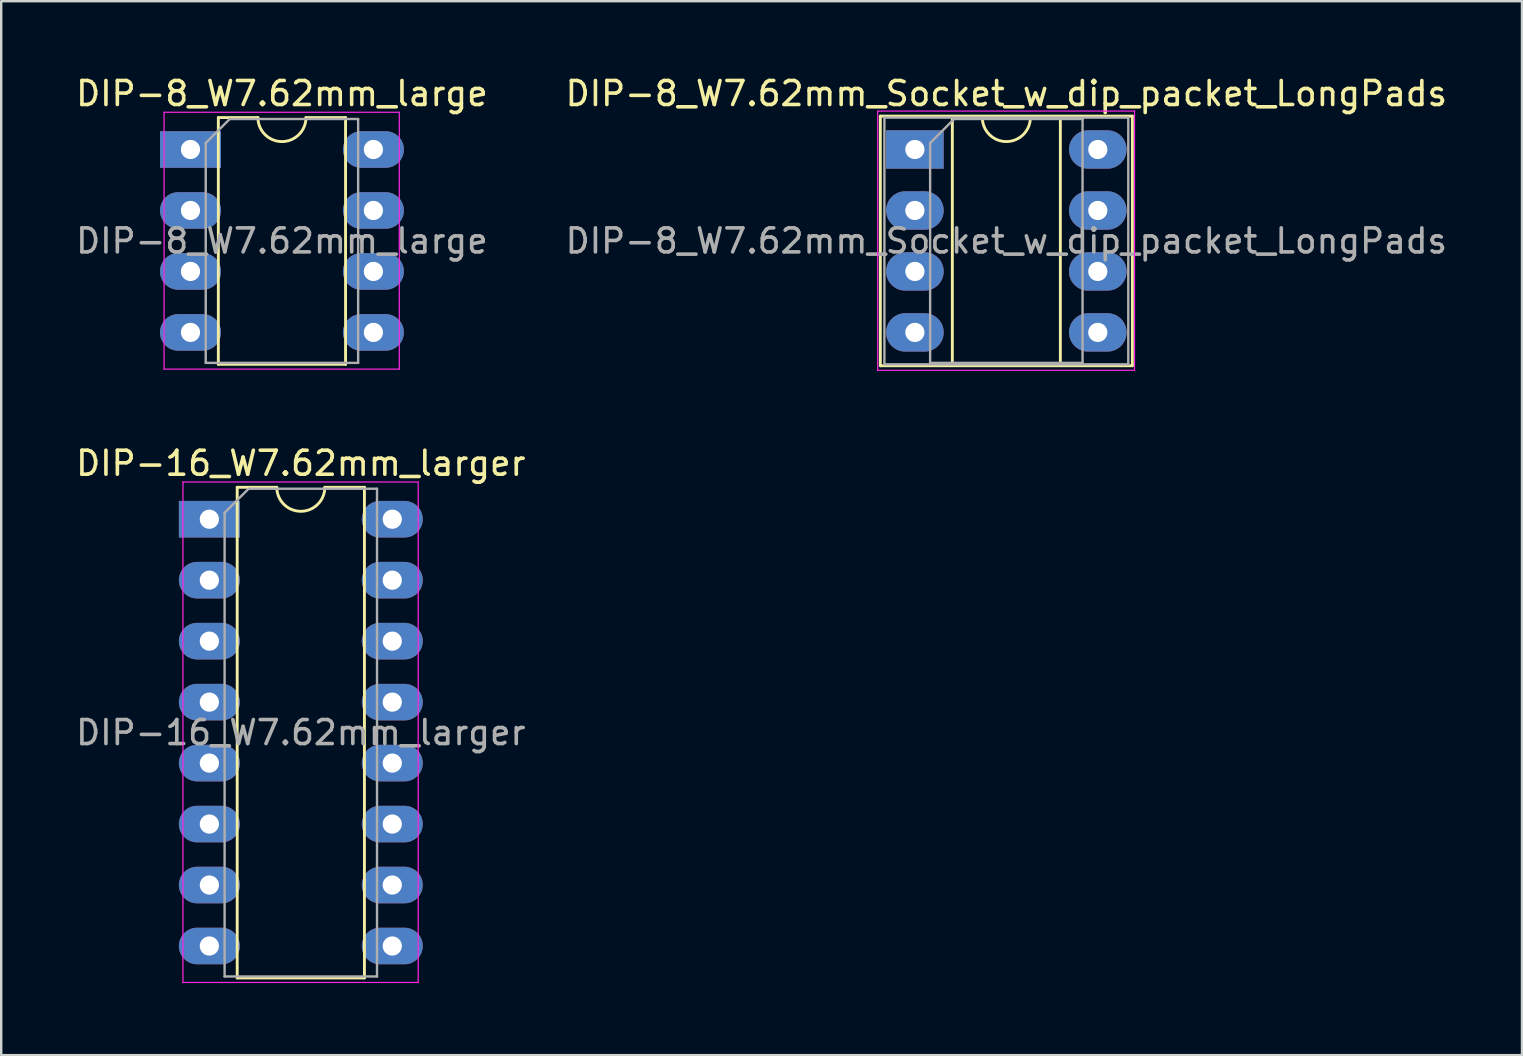
<source format=kicad_pcb>
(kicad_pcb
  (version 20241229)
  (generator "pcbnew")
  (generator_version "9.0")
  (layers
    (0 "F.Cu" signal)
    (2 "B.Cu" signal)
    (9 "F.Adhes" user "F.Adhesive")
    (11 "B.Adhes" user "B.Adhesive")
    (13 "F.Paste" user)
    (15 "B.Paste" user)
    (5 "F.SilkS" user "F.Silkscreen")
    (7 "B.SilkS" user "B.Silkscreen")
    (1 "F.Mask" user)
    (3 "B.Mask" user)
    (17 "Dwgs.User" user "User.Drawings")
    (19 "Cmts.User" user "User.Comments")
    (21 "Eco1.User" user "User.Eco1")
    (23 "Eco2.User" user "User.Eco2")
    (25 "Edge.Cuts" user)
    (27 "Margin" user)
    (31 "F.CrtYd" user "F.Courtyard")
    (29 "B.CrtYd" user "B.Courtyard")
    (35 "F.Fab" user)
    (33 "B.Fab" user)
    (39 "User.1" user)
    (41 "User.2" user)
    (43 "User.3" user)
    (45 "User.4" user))
  (footprint "DIP-8_W7.62mm_Socket_w_dip_packet_LongPads"
    (layer "F.Cu")
    (at 35.065 3.178)
    (property "Reference" "DIP-8_W7.62mm_Socket_w_dip_packet_LongPads" (at 3.81 -2.33 0) (layer "F.SilkS") (effects (font (size 1 1) (thickness 0.15))))
    (attr through_hole)
    (fp_line (start -1.44 -1.39) (end -1.44 9.01) (stroke (width 0.12) (type solid)) (layer "F.SilkS"))
    (fp_line (start -1.44 9.01) (end 9.06 9.01) (stroke (width 0.12) (type solid)) (layer "F.SilkS"))
    (fp_line (start 1.56 -1.33) (end 1.56 8.95) (stroke (width 0.12) (type solid)) (layer "F.SilkS"))
    (fp_line (start 1.56 8.95) (end 6.06 8.95) (stroke (width 0.12) (type solid)) (layer "F.SilkS"))
    (fp_line (start 2.81 -1.33) (end 1.56 -1.33) (stroke (width 0.12) (type solid)) (layer "F.SilkS"))
    (fp_line (start 6.06 -1.33) (end 4.81 -1.33) (stroke (width 0.12) (type solid)) (layer "F.SilkS"))
    (fp_line (start 6.06 8.95) (end 6.06 -1.33) (stroke (width 0.12) (type solid)) (layer "F.SilkS"))
    (fp_line (start 9.06 -1.39) (end -1.44 -1.39) (stroke (width 0.12) (type solid)) (layer "F.SilkS"))
    (fp_line (start 9.06 9.01) (end 9.06 -1.39) (stroke (width 0.12) (type solid)) (layer "F.SilkS"))
    (fp_arc (start 4.81 -1.33) (mid 3.81 -0.33) (end 2.81 -1.33) (stroke (width 0.12) (type solid)) (layer "F.SilkS"))
    (fp_line (start -1.55 -1.6) (end -1.55 9.2) (stroke (width 0.05) (type solid)) (layer "F.CrtYd"))
    (fp_line (start -1.55 9.2) (end 9.15 9.2) (stroke (width 0.05) (type solid)) (layer "F.CrtYd"))
    (fp_line (start 9.15 -1.6) (end -1.55 -1.6) (stroke (width 0.05) (type solid)) (layer "F.CrtYd"))
    (fp_line (start 9.15 9.2) (end 9.15 -1.6) (stroke (width 0.05) (type solid)) (layer "F.CrtYd"))
    (fp_line (start -1.27 -1.33) (end -1.27 8.95) (stroke (width 0.1) (type solid)) (layer "F.Fab"))
    (fp_line (start -1.27 8.95) (end 8.89 8.95) (stroke (width 0.1) (type solid)) (layer "F.Fab"))
    (fp_line (start 0.635 -0.27) (end 1.635 -1.27) (stroke (width 0.1) (type solid)) (layer "F.Fab"))
    (fp_line (start 0.635 8.89) (end 0.635 -0.27) (stroke (width 0.1) (type solid)) (layer "F.Fab"))
    (fp_line (start 1.635 -1.27) (end 6.985 -1.27) (stroke (width 0.1) (type solid)) (layer "F.Fab"))
    (fp_line (start 6.985 -1.27) (end 6.985 8.89) (stroke (width 0.1) (type solid)) (layer "F.Fab"))
    (fp_line (start 6.985 8.89) (end 0.635 8.89) (stroke (width 0.1) (type solid)) (layer "F.Fab"))
    (fp_line (start 8.89 -1.33) (end -1.27 -1.33) (stroke (width 0.1) (type solid)) (layer "F.Fab"))
    (fp_line (start 8.89 8.95) (end 8.89 -1.33) (stroke (width 0.1) (type solid)) (layer "F.Fab"))
    (fp_text user "${REFERENCE}" (at 3.81 3.81 0) (layer "F.Fab") (effects (font (size 1 1) (thickness 0.15))))
    (pad "1" thru_hole rect (at 0 0) (size 2.4 1.6) (drill 0.8) (layers "*.Cu" "*.Mask"))
    (pad "2" thru_hole oval (at 0 2.54) (size 2.4 1.6) (drill 0.8) (layers "*.Cu" "*.Mask"))
    (pad "3" thru_hole oval (at 0 5.08) (size 2.4 1.6) (drill 0.8) (layers "*.Cu" "*.Mask"))
    (pad "4" thru_hole oval (at 0 7.62) (size 2.4 1.6) (drill 0.8) (layers "*.Cu" "*.Mask"))
    (pad "5" thru_hole oval (at 7.62 7.62) (size 2.4 1.6) (drill 0.8) (layers "*.Cu" "*.Mask"))
    (pad "6" thru_hole oval (at 7.62 5.08) (size 2.4 1.6) (drill 0.8) (layers "*.Cu" "*.Mask"))
    (pad "7" thru_hole oval (at 7.62 2.54) (size 2.4 1.6) (drill 0.8) (layers "*.Cu" "*.Mask"))
    (pad "8" thru_hole oval (at 7.62 0) (size 2.4 1.6) (drill 0.8) (layers "*.Cu" "*.Mask")))
  (footprint "DIP-8_W7.62mm_large"
    (layer "F.Cu")
    (at 4.886 3.178)
    (property "Reference" "DIP-8_W7.62mm_large" (at 3.81 -2.33 0) (layer "F.SilkS") (effects (font (size 1 1) (thickness 0.15))))
    (attr through_hole)
    (fp_line (start 1.16 -1.33) (end 1.16 8.95) (stroke (width 0.12) (type solid)) (layer "F.SilkS"))
    (fp_line (start 1.16 8.95) (end 6.46 8.95) (stroke (width 0.12) (type solid)) (layer "F.SilkS"))
    (fp_line (start 2.81 -1.33) (end 1.16 -1.33) (stroke (width 0.12) (type solid)) (layer "F.SilkS"))
    (fp_line (start 6.46 -1.33) (end 4.81 -1.33) (stroke (width 0.12) (type solid)) (layer "F.SilkS"))
    (fp_line (start 6.46 8.95) (end 6.46 -1.33) (stroke (width 0.12) (type solid)) (layer "F.SilkS"))
    (fp_arc (start 4.81 -1.33) (mid 3.81 -0.33) (end 2.81 -1.33) (stroke (width 0.12) (type solid)) (layer "F.SilkS"))
    (fp_line (start -1.1 -1.55) (end -1.1 9.15) (stroke (width 0.05) (type solid)) (layer "F.CrtYd"))
    (fp_line (start -1.1 9.15) (end 8.7 9.15) (stroke (width 0.05) (type solid)) (layer "F.CrtYd"))
    (fp_line (start 8.7 -1.55) (end -1.1 -1.55) (stroke (width 0.05) (type solid)) (layer "F.CrtYd"))
    (fp_line (start 8.7 9.15) (end 8.7 -1.55) (stroke (width 0.05) (type solid)) (layer "F.CrtYd"))
    (fp_line (start 0.635 -0.27) (end 1.635 -1.27) (stroke (width 0.1) (type solid)) (layer "F.Fab"))
    (fp_line (start 0.635 8.89) (end 0.635 -0.27) (stroke (width 0.1) (type solid)) (layer "F.Fab"))
    (fp_line (start 1.635 -1.27) (end 6.985 -1.27) (stroke (width 0.1) (type solid)) (layer "F.Fab"))
    (fp_line (start 6.985 -1.27) (end 6.985 8.89) (stroke (width 0.1) (type solid)) (layer "F.Fab"))
    (fp_line (start 6.985 8.89) (end 0.635 8.89) (stroke (width 0.1) (type solid)) (layer "F.Fab"))
    (fp_text user "${REFERENCE}" (at 3.81 3.81 0) (layer "F.Fab") (effects (font (size 1 1) (thickness 0.15))))
    (pad "1" thru_hole rect (at 0 0) (size 2.54 1.524) (drill 0.8) (layers "*.Cu" "*.Mask"))
    (pad "2" thru_hole oval (at 0 2.54) (size 2.54 1.524) (drill 0.8) (layers "*.Cu" "*.Mask"))
    (pad "3" thru_hole oval (at 0 5.08) (size 2.54 1.524) (drill 0.8) (layers "*.Cu" "*.Mask"))
    (pad "4" thru_hole oval (at 0 7.62) (size 2.54 1.524) (drill 0.8) (layers "*.Cu" "*.Mask"))
    (pad "5" thru_hole oval (at 7.62 7.62) (size 2.54 1.524) (drill 0.8) (layers "*.Cu" "*.Mask"))
    (pad "6" thru_hole oval (at 7.62 5.08) (size 2.54 1.524) (drill 0.8) (layers "*.Cu" "*.Mask"))
    (pad "7" thru_hole oval (at 7.62 2.54) (size 2.54 1.524) (drill 0.8) (layers "*.Cu" "*.Mask"))
    (pad "8" thru_hole oval (at 7.62 0) (size 2.54 1.524) (drill 0.8) (layers "*.Cu" "*.Mask")))
  (footprint "DIP-16_W7.62mm_larger"
    (layer "F.Cu")
    (at 5.672 18.581)
    (property "Reference" "DIP-16_W7.62mm_larger" (at 3.81 -2.33 0) (layer "F.SilkS") (effects (font (size 1 1) (thickness 0.15))))
    (attr through_hole)
    (fp_line (start 1.16 -1.33) (end 1.16 19.11) (stroke (width 0.12) (type solid)) (layer "F.SilkS"))
    (fp_line (start 1.16 19.11) (end 6.46 19.11) (stroke (width 0.12) (type solid)) (layer "F.SilkS"))
    (fp_line (start 2.81 -1.33) (end 1.16 -1.33) (stroke (width 0.12) (type solid)) (layer "F.SilkS"))
    (fp_line (start 6.46 -1.33) (end 4.81 -1.33) (stroke (width 0.12) (type solid)) (layer "F.SilkS"))
    (fp_line (start 6.46 19.11) (end 6.46 -1.33) (stroke (width 0.12) (type solid)) (layer "F.SilkS"))
    (fp_arc (start 4.81 -1.33) (mid 3.81 -0.33) (end 2.81 -1.33) (stroke (width 0.12) (type solid)) (layer "F.SilkS"))
    (fp_line (start -1.1 -1.55) (end -1.1 19.3) (stroke (width 0.05) (type solid)) (layer "F.CrtYd"))
    (fp_line (start -1.1 19.3) (end 8.7 19.3) (stroke (width 0.05) (type solid)) (layer "F.CrtYd"))
    (fp_line (start 8.7 -1.55) (end -1.1 -1.55) (stroke (width 0.05) (type solid)) (layer "F.CrtYd"))
    (fp_line (start 8.7 19.3) (end 8.7 -1.55) (stroke (width 0.05) (type solid)) (layer "F.CrtYd"))
    (fp_line (start 0.635 -0.27) (end 1.635 -1.27) (stroke (width 0.1) (type solid)) (layer "F.Fab"))
    (fp_line (start 0.635 19.05) (end 0.635 -0.27) (stroke (width 0.1) (type solid)) (layer "F.Fab"))
    (fp_line (start 1.635 -1.27) (end 6.985 -1.27) (stroke (width 0.1) (type solid)) (layer "F.Fab"))
    (fp_line (start 6.985 -1.27) (end 6.985 19.05) (stroke (width 0.1) (type solid)) (layer "F.Fab"))
    (fp_line (start 6.985 19.05) (end 0.635 19.05) (stroke (width 0.1) (type solid)) (layer "F.Fab"))
    (fp_text user "${REFERENCE}" (at 3.81 8.89 0) (layer "F.Fab") (effects (font (size 1 1) (thickness 0.15))))
    (pad "1" thru_hole rect (at 0 0) (size 2.54 1.524) (drill 0.8) (layers "*.Cu" "*.Mask"))
    (pad "2" thru_hole oval (at 0 2.54) (size 2.54 1.524) (drill 0.8) (layers "*.Cu" "*.Mask"))
    (pad "3" thru_hole oval (at 0 5.08) (size 2.54 1.524) (drill 0.8) (layers "*.Cu" "*.Mask"))
    (pad "4" thru_hole oval (at 0 7.62) (size 2.54 1.524) (drill 0.8) (layers "*.Cu" "*.Mask"))
    (pad "5" thru_hole oval (at 0 10.16) (size 2.54 1.524) (drill 0.8) (layers "*.Cu" "*.Mask"))
    (pad "6" thru_hole oval (at 0 12.7) (size 2.54 1.524) (drill 0.8) (layers "*.Cu" "*.Mask"))
    (pad "7" thru_hole oval (at 0 15.24) (size 2.54 1.524) (drill 0.8) (layers "*.Cu" "*.Mask"))
    (pad "8" thru_hole oval (at 0 17.78) (size 2.54 1.524) (drill 0.8) (layers "*.Cu" "*.Mask"))
    (pad "9" thru_hole oval (at 7.62 17.78) (size 2.54 1.524) (drill 0.8) (layers "*.Cu" "*.Mask"))
    (pad "10" thru_hole oval (at 7.62 15.24) (size 2.54 1.524) (drill 0.8) (layers "*.Cu" "*.Mask"))
    (pad "11" thru_hole oval (at 7.62 12.7) (size 2.54 1.524) (drill 0.8) (layers "*.Cu" "*.Mask"))
    (pad "12" thru_hole oval (at 7.62 10.16) (size 2.54 1.524) (drill 0.8) (layers "*.Cu" "*.Mask"))
    (pad "13" thru_hole oval (at 7.62 7.62) (size 2.54 1.524) (drill 0.8) (layers "*.Cu" "*.Mask"))
    (pad "14" thru_hole oval (at 7.62 5.08) (size 2.54 1.524) (drill 0.8) (layers "*.Cu" "*.Mask"))
    (pad "15" thru_hole oval (at 7.62 2.54) (size 2.54 1.524) (drill 0.8) (layers "*.Cu" "*.Mask"))
    (pad "16" thru_hole oval (at 7.62 0) (size 2.54 1.524) (drill 0.8) (layers "*.Cu" "*.Mask")))
  (gr_rect
    (start -3 -3)
    (end 60.357 40.907)
    (stroke (width 0.1) (type default))
    (fill no)
    (layer "Edge.Cuts")))
</source>
